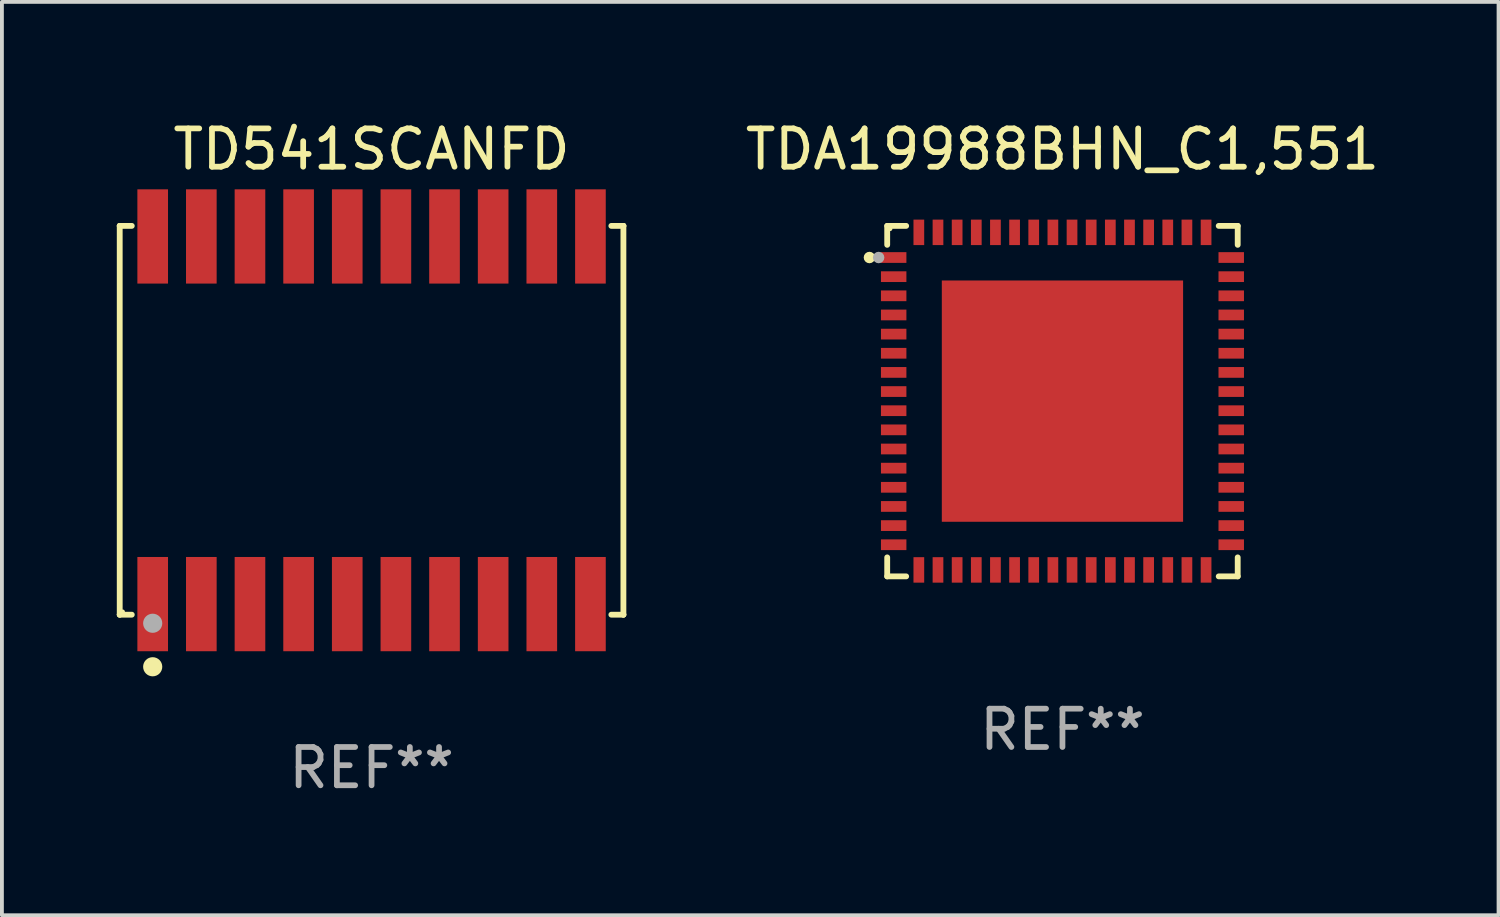
<source format=kicad_pcb>
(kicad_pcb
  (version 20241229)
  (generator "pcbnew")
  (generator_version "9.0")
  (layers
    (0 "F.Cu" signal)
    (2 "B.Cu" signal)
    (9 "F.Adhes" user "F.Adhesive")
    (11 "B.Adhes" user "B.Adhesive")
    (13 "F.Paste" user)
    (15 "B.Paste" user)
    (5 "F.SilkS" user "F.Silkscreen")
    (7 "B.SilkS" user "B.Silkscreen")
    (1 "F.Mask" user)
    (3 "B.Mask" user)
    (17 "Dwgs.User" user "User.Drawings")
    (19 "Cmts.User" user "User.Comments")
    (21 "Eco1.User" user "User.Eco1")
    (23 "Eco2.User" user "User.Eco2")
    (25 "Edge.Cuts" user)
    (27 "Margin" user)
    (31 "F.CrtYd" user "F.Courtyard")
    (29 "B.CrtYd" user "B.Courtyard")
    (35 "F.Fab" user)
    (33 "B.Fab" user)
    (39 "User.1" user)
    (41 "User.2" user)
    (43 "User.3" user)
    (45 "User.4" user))
  (footprint "TDA19988BHN_C1,551"
    (layer "F.Cu")
    (at 24.692 7.424)
    (property "Reference" "TDA19988BHN_C1,551" (at 0 -6.576 0) (layer "F.SilkS") (effects (font (size 1 1) (thickness 0.15))))
    (attr through_hole)
    (fp_line (start -4.576 -4.576) (end -4.576 -4.081) (stroke (width 0.152) (type solid)) (layer "F.SilkS"))
    (fp_line (start -4.576 4.576) (end -4.576 4.08) (stroke (width 0.152) (type solid)) (layer "F.SilkS"))
    (fp_line (start -4.081 -4.576) (end -4.576 -4.576) (stroke (width 0.152) (type solid)) (layer "F.SilkS"))
    (fp_line (start -4.081 4.576) (end -4.576 4.576) (stroke (width 0.152) (type solid)) (layer "F.SilkS"))
    (fp_line (start 4.08 -4.576) (end 4.576 -4.576) (stroke (width 0.152) (type solid)) (layer "F.SilkS"))
    (fp_line (start 4.08 4.576) (end 4.576 4.576) (stroke (width 0.152) (type solid)) (layer "F.SilkS"))
    (fp_line (start 4.576 -4.576) (end 4.576 -4.081) (stroke (width 0.152) (type solid)) (layer "F.SilkS"))
    (fp_line (start 4.576 4.576) (end 4.576 4.08) (stroke (width 0.152) (type solid)) (layer "F.SilkS"))
    (fp_circle (center -5.04 -3.75) (end -4.965 -3.75) (stroke (width 0.15) (type solid)) (fill no) (layer "F.SilkS"))
    (fp_circle (center -4.5 -4.5) (end -4.47 -4.5) (stroke (width 0.06) (type solid)) (fill no) (layer "F.SilkS"))
    (fp_circle (center -4.8 -3.75) (end -4.725 -3.75) (stroke (width 0.15) (type solid)) (fill no) (layer "F.Fab"))
    (fp_text user "REF**" (at 0 8.576 0) (layer "F.Fab") (effects (font (size 1 1) (thickness 0.15))))
    (pad "1" smd rect (at -4.407 -3.75) (size 0.665 0.28) (layers "F.Cu" "F.Mask" "F.Paste"))
    (pad "2" smd rect (at -4.407 -3.25) (size 0.665 0.28) (layers "F.Cu" "F.Mask" "F.Paste"))
    (pad "3" smd rect (at -4.407 -2.75) (size 0.665 0.28) (layers "F.Cu" "F.Mask" "F.Paste"))
    (pad "4" smd rect (at -4.407 -2.25) (size 0.665 0.28) (layers "F.Cu" "F.Mask" "F.Paste"))
    (pad "5" smd rect (at -4.407 -1.75) (size 0.665 0.28) (layers "F.Cu" "F.Mask" "F.Paste"))
    (pad "6" smd rect (at -4.407 -1.25) (size 0.665 0.28) (layers "F.Cu" "F.Mask" "F.Paste"))
    (pad "7" smd rect (at -4.407 -0.75) (size 0.665 0.28) (layers "F.Cu" "F.Mask" "F.Paste"))
    (pad "8" smd rect (at -4.407 -0.25) (size 0.665 0.28) (layers "F.Cu" "F.Mask" "F.Paste"))
    (pad "9" smd rect (at -4.407 0.25) (size 0.665 0.28) (layers "F.Cu" "F.Mask" "F.Paste"))
    (pad "10" smd rect (at -4.407 0.75) (size 0.665 0.28) (layers "F.Cu" "F.Mask" "F.Paste"))
    (pad "11" smd rect (at -4.407 1.25) (size 0.665 0.28) (layers "F.Cu" "F.Mask" "F.Paste"))
    (pad "12" smd rect (at -4.407 1.75) (size 0.665 0.28) (layers "F.Cu" "F.Mask" "F.Paste"))
    (pad "13" smd rect (at -4.407 2.25) (size 0.665 0.28) (layers "F.Cu" "F.Mask" "F.Paste"))
    (pad "14" smd rect (at -4.407 2.75) (size 0.665 0.28) (layers "F.Cu" "F.Mask" "F.Paste"))
    (pad "15" smd rect (at -4.407 3.25) (size 0.665 0.28) (layers "F.Cu" "F.Mask" "F.Paste"))
    (pad "16" smd rect (at -4.407 3.75) (size 0.665 0.28) (layers "F.Cu" "F.Mask" "F.Paste"))
    (pad "17" smd rect (at -3.75 4.407) (size 0.28 0.665) (layers "F.Cu" "F.Mask" "F.Paste"))
    (pad "18" smd rect (at -3.25 4.407) (size 0.28 0.665) (layers "F.Cu" "F.Mask" "F.Paste"))
    (pad "19" smd rect (at -2.75 4.407) (size 0.28 0.665) (layers "F.Cu" "F.Mask" "F.Paste"))
    (pad "20" smd rect (at -2.25 4.407) (size 0.28 0.665) (layers "F.Cu" "F.Mask" "F.Paste"))
    (pad "21" smd rect (at -1.75 4.407) (size 0.28 0.665) (layers "F.Cu" "F.Mask" "F.Paste"))
    (pad "22" smd rect (at -1.25 4.407) (size 0.28 0.665) (layers "F.Cu" "F.Mask" "F.Paste"))
    (pad "23" smd rect (at -0.75 4.407) (size 0.28 0.665) (layers "F.Cu" "F.Mask" "F.Paste"))
    (pad "24" smd rect (at -0.25 4.407) (size 0.28 0.665) (layers "F.Cu" "F.Mask" "F.Paste"))
    (pad "25" smd rect (at 0.25 4.407) (size 0.28 0.665) (layers "F.Cu" "F.Mask" "F.Paste"))
    (pad "26" smd rect (at 0.75 4.407) (size 0.28 0.665) (layers "F.Cu" "F.Mask" "F.Paste"))
    (pad "27" smd rect (at 1.25 4.407) (size 0.28 0.665) (layers "F.Cu" "F.Mask" "F.Paste"))
    (pad "28" smd rect (at 1.75 4.407) (size 0.28 0.665) (layers "F.Cu" "F.Mask" "F.Paste"))
    (pad "29" smd rect (at 2.25 4.407) (size 0.28 0.665) (layers "F.Cu" "F.Mask" "F.Paste"))
    (pad "30" smd rect (at 2.75 4.407) (size 0.28 0.665) (layers "F.Cu" "F.Mask" "F.Paste"))
    (pad "31" smd rect (at 3.25 4.407) (size 0.28 0.665) (layers "F.Cu" "F.Mask" "F.Paste"))
    (pad "32" smd rect (at 3.75 4.407) (size 0.28 0.665) (layers "F.Cu" "F.Mask" "F.Paste"))
    (pad "33" smd rect (at 4.407 3.75) (size 0.665 0.28) (layers "F.Cu" "F.Mask" "F.Paste"))
    (pad "34" smd rect (at 4.407 3.25) (size 0.665 0.28) (layers "F.Cu" "F.Mask" "F.Paste"))
    (pad "35" smd rect (at 4.407 2.75) (size 0.665 0.28) (layers "F.Cu" "F.Mask" "F.Paste"))
    (pad "36" smd rect (at 4.407 2.25) (size 0.665 0.28) (layers "F.Cu" "F.Mask" "F.Paste"))
    (pad "37" smd rect (at 4.407 1.75) (size 0.665 0.28) (layers "F.Cu" "F.Mask" "F.Paste"))
    (pad "38" smd rect (at 4.407 1.25) (size 0.665 0.28) (layers "F.Cu" "F.Mask" "F.Paste"))
    (pad "39" smd rect (at 4.407 0.75) (size 0.665 0.28) (layers "F.Cu" "F.Mask" "F.Paste"))
    (pad "40" smd rect (at 4.407 0.25) (size 0.665 0.28) (layers "F.Cu" "F.Mask" "F.Paste"))
    (pad "41" smd rect (at 4.407 -0.25) (size 0.665 0.28) (layers "F.Cu" "F.Mask" "F.Paste"))
    (pad "42" smd rect (at 4.407 -0.75) (size 0.665 0.28) (layers "F.Cu" "F.Mask" "F.Paste"))
    (pad "43" smd rect (at 4.407 -1.25) (size 0.665 0.28) (layers "F.Cu" "F.Mask" "F.Paste"))
    (pad "44" smd rect (at 4.407 -1.75) (size 0.665 0.28) (layers "F.Cu" "F.Mask" "F.Paste"))
    (pad "45" smd rect (at 4.407 -2.25) (size 0.665 0.28) (layers "F.Cu" "F.Mask" "F.Paste"))
    (pad "46" smd rect (at 4.407 -2.75) (size 0.665 0.28) (layers "F.Cu" "F.Mask" "F.Paste"))
    (pad "47" smd rect (at 4.407 -3.25) (size 0.665 0.28) (layers "F.Cu" "F.Mask" "F.Paste"))
    (pad "48" smd rect (at 4.407 -3.75) (size 0.665 0.28) (layers "F.Cu" "F.Mask" "F.Paste"))
    (pad "49" smd rect (at 3.75 -4.407) (size 0.28 0.665) (layers "F.Cu" "F.Mask" "F.Paste"))
    (pad "50" smd rect (at 3.25 -4.407) (size 0.28 0.665) (layers "F.Cu" "F.Mask" "F.Paste"))
    (pad "51" smd rect (at 2.75 -4.407) (size 0.28 0.665) (layers "F.Cu" "F.Mask" "F.Paste"))
    (pad "52" smd rect (at 2.25 -4.407) (size 0.28 0.665) (layers "F.Cu" "F.Mask" "F.Paste"))
    (pad "53" smd rect (at 1.75 -4.407) (size 0.28 0.665) (layers "F.Cu" "F.Mask" "F.Paste"))
    (pad "54" smd rect (at 1.25 -4.407) (size 0.28 0.665) (layers "F.Cu" "F.Mask" "F.Paste"))
    (pad "55" smd rect (at 0.75 -4.407) (size 0.28 0.665) (layers "F.Cu" "F.Mask" "F.Paste"))
    (pad "56" smd rect (at 0.25 -4.407) (size 0.28 0.665) (layers "F.Cu" "F.Mask" "F.Paste"))
    (pad "57" smd rect (at -0.25 -4.407) (size 0.28 0.665) (layers "F.Cu" "F.Mask" "F.Paste"))
    (pad "58" smd rect (at -0.75 -4.407) (size 0.28 0.665) (layers "F.Cu" "F.Mask" "F.Paste"))
    (pad "59" smd rect (at -1.25 -4.407) (size 0.28 0.665) (layers "F.Cu" "F.Mask" "F.Paste"))
    (pad "60" smd rect (at -1.75 -4.407) (size 0.28 0.665) (layers "F.Cu" "F.Mask" "F.Paste"))
    (pad "61" smd rect (at -2.25 -4.407) (size 0.28 0.665) (layers "F.Cu" "F.Mask" "F.Paste"))
    (pad "62" smd rect (at -2.75 -4.407) (size 0.28 0.665) (layers "F.Cu" "F.Mask" "F.Paste"))
    (pad "63" smd rect (at -3.25 -4.407) (size 0.28 0.665) (layers "F.Cu" "F.Mask" "F.Paste"))
    (pad "64" smd rect (at -3.75 -4.407) (size 0.28 0.665) (layers "F.Cu" "F.Mask" "F.Paste"))
    (pad "65" smd rect (at -0.000025 0) (size 6.3 6.3) (layers "F.Cu" "F.Mask" "F.Paste")))
  (footprint "TD541SCANFD"
    (layer "F.Cu")
    (at 6.652 7.924)
    (property "Reference" "TD541SCANFD" (at 0 -7.076 0) (layer "F.SilkS") (effects (font (size 1 1) (thickness 0.15))))
    (attr through_hole)
    (fp_line (start -6.576 -5.076) (end -6.576 -5.076) (stroke (width 0.152) (type solid)) (layer "F.SilkS"))
    (fp_line (start -6.576 -5.076) (end -6.261 -5.076) (stroke (width 0.152) (type solid)) (layer "F.SilkS"))
    (fp_line (start -6.576 5.076) (end -6.576 -5.076) (stroke (width 0.152) (type solid)) (layer "F.SilkS"))
    (fp_line (start -6.576 5.076) (end -6.576 5.076) (stroke (width 0.152) (type solid)) (layer "F.SilkS"))
    (fp_line (start -6.261 5.076) (end -6.576 5.076) (stroke (width 0.152) (type solid)) (layer "F.SilkS"))
    (fp_line (start 6.261 5.076) (end 6.576 5.076) (stroke (width 0.152) (type solid)) (layer "F.SilkS"))
    (fp_line (start 6.576 -5.076) (end 6.261 -5.076) (stroke (width 0.152) (type solid)) (layer "F.SilkS"))
    (fp_line (start 6.576 -5.076) (end 6.576 -5.076) (stroke (width 0.152) (type solid)) (layer "F.SilkS"))
    (fp_line (start 6.576 5.076) (end 6.576 -5.076) (stroke (width 0.152) (type solid)) (layer "F.SilkS"))
    (fp_line (start 6.576 5.076) (end 6.576 5.076) (stroke (width 0.152) (type solid)) (layer "F.SilkS"))
    (fp_circle (center -6.5 5) (end -6.47 5) (stroke (width 0.06) (type solid)) (fill no) (layer "F.SilkS"))
    (fp_circle (center -5.715 6.436) (end -5.59 6.436) (stroke (width 0.25) (type solid)) (fill no) (layer "F.SilkS"))
    (fp_circle (center -5.715 5.3) (end -5.59 5.3) (stroke (width 0.25) (type solid)) (fill no) (layer "F.Fab"))
    (fp_text user "REF**" (at 0 9.076 0) (layer "F.Fab") (effects (font (size 1 1) (thickness 0.15))))
    (pad "1" smd rect (at -5.715 4.8) (size 0.8 2.461) (layers "F.Cu" "F.Mask" "F.Paste"))
    (pad "2" smd rect (at -4.445 4.8) (size 0.8 2.461) (layers "F.Cu" "F.Mask" "F.Paste"))
    (pad "3" smd rect (at -3.175 4.8) (size 0.8 2.461) (layers "F.Cu" "F.Mask" "F.Paste"))
    (pad "4" smd rect (at -1.905 4.8) (size 0.8 2.461) (layers "F.Cu" "F.Mask" "F.Paste"))
    (pad "5" smd rect (at -0.635 4.8) (size 0.8 2.461) (layers "F.Cu" "F.Mask" "F.Paste"))
    (pad "6" smd rect (at 0.635 4.8) (size 0.8 2.461) (layers "F.Cu" "F.Mask" "F.Paste"))
    (pad "7" smd rect (at 1.905 4.8) (size 0.8 2.461) (layers "F.Cu" "F.Mask" "F.Paste"))
    (pad "8" smd rect (at 3.175 4.8) (size 0.8 2.461) (layers "F.Cu" "F.Mask" "F.Paste"))
    (pad "9" smd rect (at 4.445 4.8) (size 0.8 2.461) (layers "F.Cu" "F.Mask" "F.Paste"))
    (pad "10" smd rect (at 5.715 4.8) (size 0.8 2.461) (layers "F.Cu" "F.Mask" "F.Paste"))
    (pad "11" smd rect (at 5.715 -4.8) (size 0.8 2.461) (layers "F.Cu" "F.Mask" "F.Paste"))
    (pad "12" smd rect (at 4.445 -4.8) (size 0.8 2.461) (layers "F.Cu" "F.Mask" "F.Paste"))
    (pad "13" smd rect (at 3.175 -4.8) (size 0.8 2.461) (layers "F.Cu" "F.Mask" "F.Paste"))
    (pad "14" smd rect (at 1.905 -4.8) (size 0.8 2.461) (layers "F.Cu" "F.Mask" "F.Paste"))
    (pad "15" smd rect (at 0.635 -4.8) (size 0.8 2.461) (layers "F.Cu" "F.Mask" "F.Paste"))
    (pad "16" smd rect (at -0.635 -4.8) (size 0.8 2.461) (layers "F.Cu" "F.Mask" "F.Paste"))
    (pad "17" smd rect (at -1.905 -4.8) (size 0.8 2.461) (layers "F.Cu" "F.Mask" "F.Paste"))
    (pad "18" smd rect (at -3.175 -4.8) (size 0.8 2.461) (layers "F.Cu" "F.Mask" "F.Paste"))
    (pad "19" smd rect (at -4.445 -4.8) (size 0.8 2.461) (layers "F.Cu" "F.Mask" "F.Paste"))
    (pad "20" smd rect (at -5.715 -4.8) (size 0.8 2.461) (layers "F.Cu" "F.Mask" "F.Paste")))
  (gr_rect
    (start -3 -3)
    (end 36.079 20.849)
    (stroke (width 0.1) (type default))
    (fill no)
    (layer "Edge.Cuts")))
</source>
